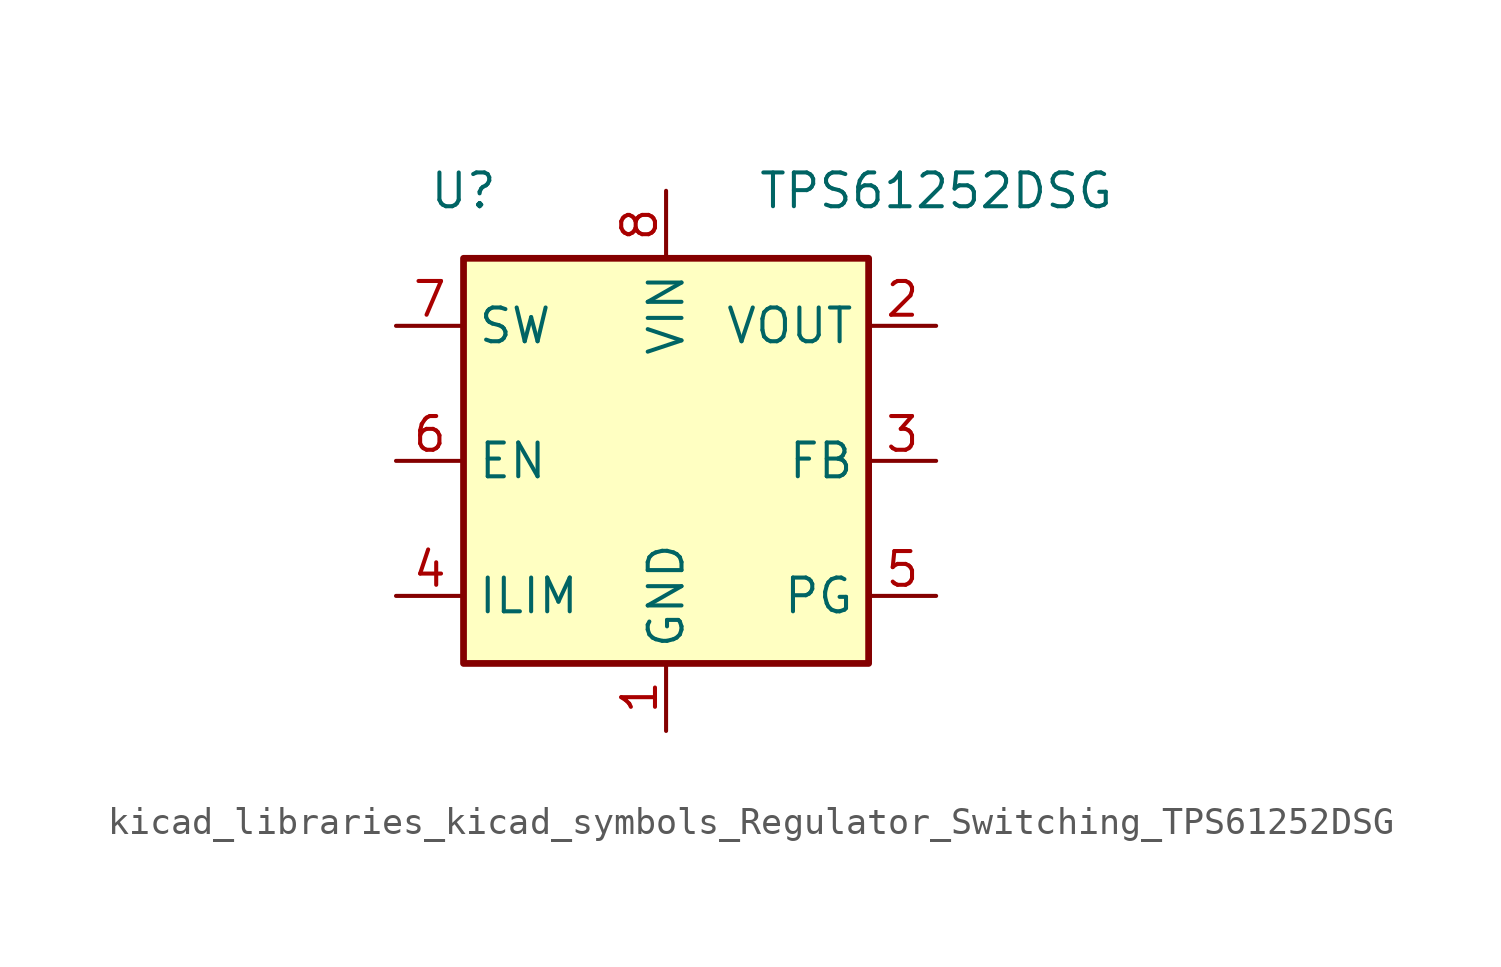
<source format=kicad_sym>
(kicad_symbol_lib
  (version 20220914)
  (generator kicad_symbol_editor)
  (symbol "kicad_libraries_kicad_symbols_Regulator_Switching_TPS61252DSG"
    (property "Reference" "U"
      (at -7.62 10.16 0)
      (effects (font (size 1.27 1.27))))
    (property "Value" "TPS61252DSG"
      (at 10.16 10.16 0)
      (effects (font (size 1.27 1.27))))
    (symbol "kicad_libraries_kicad_symbols_Regulator_Switching_TPS61252DSG_1_1"
      (rectangle (start -7.62 7.62) (end 7.62 -7.62) (stroke (width 0.254) (type default)) (fill (type background)))
      (pin power_in line (at 0 -10.16 90) (length 2.54) (name "GND" (effects (font (size 1.27 1.27)))) (number "1" (effects (font (size 1.27 1.27)))))
      (pin power_out line (at 10.16 5.08 180) (length 2.54) (name "VOUT" (effects (font (size 1.27 1.27)))) (number "2" (effects (font (size 1.27 1.27)))))
      (pin input line (at 10.16 0 180) (length 2.54) (name "FB" (effects (font (size 1.27 1.27)))) (number "3" (effects (font (size 1.27 1.27)))))
      (pin input line (at -10.16 -5.08 0) (length 2.54) (name "ILIM" (effects (font (size 1.27 1.27)))) (number "4" (effects (font (size 1.27 1.27)))))
      (pin open_collector line (at 10.16 -5.08 180) (length 2.54) (name "PG" (effects (font (size 1.27 1.27)))) (number "5" (effects (font (size 1.27 1.27)))))
      (pin input line (at -10.16 0 0) (length 2.54) (name "EN" (effects (font (size 1.27 1.27)))) (number "6" (effects (font (size 1.27 1.27)))))
      (pin passive line (at -10.16 5.08 0) (length 2.54) (name "SW" (effects (font (size 1.27 1.27)))) (number "7" (effects (font (size 1.27 1.27)))))
      (pin power_in line (at 0 10.16 270) (length 2.54) (name "VIN" (effects (font (size 1.27 1.27)))) (number "8" (effects (font (size 1.27 1.27)))))
      (pin passive line (at 0 -10.16 90) (length 2.54) hide (name "GND" (effects (font (size 1.27 1.27)))) (number "9" (effects (font (size 1.27 1.27))))))))
</source>
